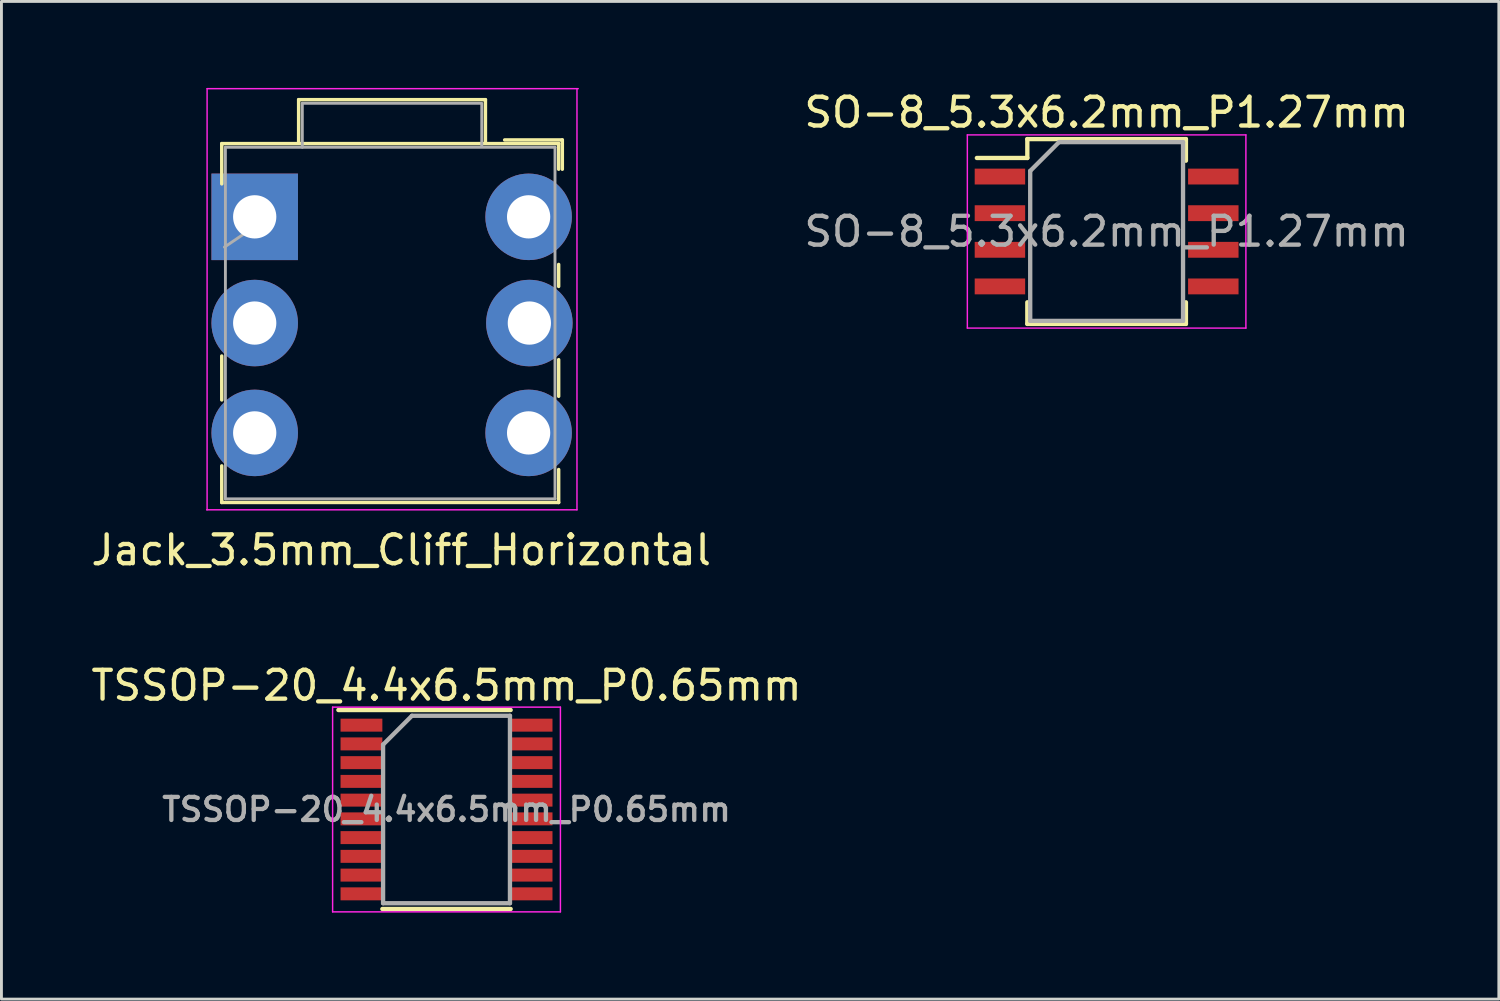
<source format=kicad_pcb>
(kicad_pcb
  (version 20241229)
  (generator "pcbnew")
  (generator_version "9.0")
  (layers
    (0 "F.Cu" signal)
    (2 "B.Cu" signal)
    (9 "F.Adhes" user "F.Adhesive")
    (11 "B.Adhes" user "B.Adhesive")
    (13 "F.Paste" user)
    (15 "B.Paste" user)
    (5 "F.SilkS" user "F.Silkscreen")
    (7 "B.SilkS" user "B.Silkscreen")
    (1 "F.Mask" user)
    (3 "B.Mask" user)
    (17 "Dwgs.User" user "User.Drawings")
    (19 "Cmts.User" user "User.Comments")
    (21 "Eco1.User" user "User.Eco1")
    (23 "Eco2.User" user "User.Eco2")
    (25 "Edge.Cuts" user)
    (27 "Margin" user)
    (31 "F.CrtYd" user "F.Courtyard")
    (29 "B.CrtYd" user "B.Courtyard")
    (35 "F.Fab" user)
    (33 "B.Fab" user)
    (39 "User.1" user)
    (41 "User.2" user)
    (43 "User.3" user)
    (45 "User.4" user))
  (footprint "TSSOP-20_4.4x6.5mm_P0.65mm"
    (layer "F.Cu")
    (at 12.435 25.023)
    (property "Reference" "TSSOP-20_4.4x6.5mm_P0.65mm" (at 0 -4.3 180) (layer "F.SilkS") (effects (font (size 1 1) (thickness 0.15))))
    (attr smd)
    (fp_line (start -3.75 -3.45) (end 2.225 -3.45) (stroke (width 0.15) (type solid)) (layer "F.SilkS"))
    (fp_line (start -2.225 3.45) (end 2.225 3.45) (stroke (width 0.15) (type solid)) (layer "F.SilkS"))
    (fp_line (start -3.95 -3.55) (end -3.95 3.55) (stroke (width 0.05) (type solid)) (layer "F.CrtYd"))
    (fp_line (start -3.95 -3.55) (end 3.95 -3.55) (stroke (width 0.05) (type solid)) (layer "F.CrtYd"))
    (fp_line (start -3.95 3.55) (end 3.95 3.55) (stroke (width 0.05) (type solid)) (layer "F.CrtYd"))
    (fp_line (start 3.95 -3.55) (end 3.95 3.55) (stroke (width 0.05) (type solid)) (layer "F.CrtYd"))
    (fp_line (start -2.2 -2.25) (end -1.2 -3.25) (stroke (width 0.15) (type solid)) (layer "F.Fab"))
    (fp_line (start -2.2 3.25) (end -2.2 -2.25) (stroke (width 0.15) (type solid)) (layer "F.Fab"))
    (fp_line (start -1.2 -3.25) (end 2.2 -3.25) (stroke (width 0.15) (type solid)) (layer "F.Fab"))
    (fp_line (start 2.2 -3.25) (end 2.2 3.25) (stroke (width 0.15) (type solid)) (layer "F.Fab"))
    (fp_line (start 2.2 3.25) (end -2.2 3.25) (stroke (width 0.15) (type solid)) (layer "F.Fab"))
    (fp_text user "${REFERENCE}" (at 0 0 180) (layer "F.Fab") (effects (font (size 0.8 0.8) (thickness 0.15))))
    (pad "1" smd rect (at -2.95 -2.925) (size 1.45 0.45) (layers "F.Cu" "F.Mask" "F.Paste"))
    (pad "2" smd rect (at -2.95 -2.275) (size 1.45 0.45) (layers "F.Cu" "F.Mask" "F.Paste"))
    (pad "3" smd rect (at -2.95 -1.625) (size 1.45 0.45) (layers "F.Cu" "F.Mask" "F.Paste"))
    (pad "4" smd rect (at -2.95 -0.975) (size 1.45 0.45) (layers "F.Cu" "F.Mask" "F.Paste"))
    (pad "5" smd rect (at -2.95 -0.325) (size 1.45 0.45) (layers "F.Cu" "F.Mask" "F.Paste"))
    (pad "6" smd rect (at -2.95 0.325) (size 1.45 0.45) (layers "F.Cu" "F.Mask" "F.Paste"))
    (pad "7" smd rect (at -2.95 0.975) (size 1.45 0.45) (layers "F.Cu" "F.Mask" "F.Paste"))
    (pad "8" smd rect (at -2.95 1.625) (size 1.45 0.45) (layers "F.Cu" "F.Mask" "F.Paste"))
    (pad "9" smd rect (at -2.95 2.275) (size 1.45 0.45) (layers "F.Cu" "F.Mask" "F.Paste"))
    (pad "10" smd rect (at -2.95 2.925) (size 1.45 0.45) (layers "F.Cu" "F.Mask" "F.Paste"))
    (pad "11" smd rect (at 2.95 2.925) (size 1.45 0.45) (layers "F.Cu" "F.Mask" "F.Paste"))
    (pad "12" smd rect (at 2.95 2.275) (size 1.45 0.45) (layers "F.Cu" "F.Mask" "F.Paste"))
    (pad "13" smd rect (at 2.95 1.625) (size 1.45 0.45) (layers "F.Cu" "F.Mask" "F.Paste"))
    (pad "14" smd rect (at 2.95 0.975) (size 1.45 0.45) (layers "F.Cu" "F.Mask" "F.Paste"))
    (pad "15" smd rect (at 2.95 0.325) (size 1.45 0.45) (layers "F.Cu" "F.Mask" "F.Paste"))
    (pad "16" smd rect (at 2.95 -0.325) (size 1.45 0.45) (layers "F.Cu" "F.Mask" "F.Paste"))
    (pad "17" smd rect (at 2.95 -0.975) (size 1.45 0.45) (layers "F.Cu" "F.Mask" "F.Paste"))
    (pad "18" smd rect (at 2.95 -1.625) (size 1.45 0.45) (layers "F.Cu" "F.Mask" "F.Paste"))
    (pad "19" smd rect (at 2.95 -2.275) (size 1.45 0.45) (layers "F.Cu" "F.Mask" "F.Paste"))
    (pad "20" smd rect (at 2.95 -2.925) (size 1.45 0.45) (layers "F.Cu" "F.Mask" "F.Paste")))
  (footprint "Jack_3.5mm_Cliff_Horizontal"
    (layer "F.Cu")
    (at 15.308 4.343)
    (property "Reference" "Jack_3.5mm_Cliff_Horizontal" (at -4.445 11.684 0) (layer "F.SilkS") (effects (font (size 1 1) (thickness 0.15))))
    (attr through_hole)
    (fp_line (start -10.668 -2.413) (end 1.016 -2.413) (stroke (width 0.12) (type solid)) (layer "F.SilkS"))
    (fp_line (start -10.668 -1.016) (end -10.668 -2.413) (stroke (width 0.12) (type solid)) (layer "F.SilkS"))
    (fp_line (start -10.668 6.477) (end -10.668 4.953) (stroke (width 0.12) (type solid)) (layer "F.SilkS"))
    (fp_line (start -10.668 10.033) (end -10.668 8.763) (stroke (width 0.12) (type solid)) (layer "F.SilkS"))
    (fp_line (start -10.668 10.033) (end 1.016 10.033) (stroke (width 0.12) (type solid)) (layer "F.SilkS"))
    (fp_line (start -8.001 -3.937) (end -8.001 -2.461) (stroke (width 0.12) (type solid)) (layer "F.SilkS"))
    (fp_line (start -8.001 -3.937) (end -1.524 -3.937) (stroke (width 0.12) (type solid)) (layer "F.SilkS"))
    (fp_line (start -1.524 -3.937) (end -1.524 -2.461) (stroke (width 0.12) (type solid)) (layer "F.SilkS"))
    (fp_line (start 1.016 -2.413) (end 1.016 -1.524) (stroke (width 0.12) (type solid)) (layer "F.SilkS"))
    (fp_line (start 1.016 1.778) (end 1.016 2.54) (stroke (width 0.12) (type solid)) (layer "F.SilkS"))
    (fp_line (start 1.016 5.08) (end 1.016 6.35) (stroke (width 0.12) (type solid)) (layer "F.SilkS"))
    (fp_line (start 1.016 10.033) (end 1.016 8.89) (stroke (width 0.12) (type solid)) (layer "F.SilkS"))
    (fp_line (start 1.143 -2.54) (end -0.857 -2.54) (stroke (width 0.12) (type solid)) (layer "F.SilkS"))
    (fp_line (start 1.143 -2.54) (end 1.143 -1.524) (stroke (width 0.12) (type solid)) (layer "F.SilkS"))
    (fp_line (start -11.191 10.287) (end 1.651 10.287) (stroke (width 0.05) (type solid)) (layer "F.CrtYd"))
    (fp_line (start -11.176 -4.318) (end -11.176 10.287) (stroke (width 0.05) (type solid)) (layer "F.CrtYd"))
    (fp_line (start -11.176 -4.318) (end 1.694 -4.318) (stroke (width 0.05) (type solid)) (layer "F.CrtYd"))
    (fp_line (start 1.651 10.287) (end 1.651 -4.318) (stroke (width 0.05) (type solid)) (layer "F.CrtYd"))
    (fp_line (start -10.541 -2.286) (end 0.889 -2.286) (stroke (width 0.1) (type solid)) (layer "F.Fab"))
    (fp_line (start -10.541 9.906) (end -10.541 -2.286) (stroke (width 0.1) (type solid)) (layer "F.Fab"))
    (fp_line (start -9.025 0.127) (end -10.575 1.177) (stroke (width 0.1) (type solid)) (layer "F.Fab"))
    (fp_line (start -7.874 -3.81) (end -1.708 -3.81) (stroke (width 0.1) (type solid)) (layer "F.Fab"))
    (fp_line (start -7.874 -2.286) (end -7.874 -3.81) (stroke (width 0.1) (type solid)) (layer "F.Fab"))
    (fp_line (start -1.651 -3.81) (end -1.651 -2.334) (stroke (width 0.1) (type solid)) (layer "F.Fab"))
    (fp_line (start 0.889 -2.286) (end 0.889 9.906) (stroke (width 0.1) (type solid)) (layer "F.Fab"))
    (fp_line (start 0.889 9.906) (end -10.541 9.906) (stroke (width 0.1) (type solid)) (layer "F.Fab"))
    (pad "1" thru_hole rect (at -9.525 0.127) (size 3 3) (drill 1.5) (layers "*.Cu" "*.Mask"))
    (pad "2" thru_hole circle (at -0.026 0.127) (size 3 3) (drill 1.5) (layers "*.Cu" "*.Mask"))
    (pad "3" thru_hole circle (at -9.525 3.81) (size 3 3) (drill 1.5) (layers "*.Cu" "*.Mask"))
    (pad "4" thru_hole circle (at 0 3.81) (size 3 3) (drill 1.5) (layers "*.Cu" "*.Mask"))
    (pad "5" thru_hole circle (at -9.525 7.62) (size 3 3) (drill 1.5) (layers "*.Cu" "*.Mask"))
    (pad "6" thru_hole circle (at -0.026 7.62) (size 3 3) (drill 1.5) (layers "*.Cu" "*.Mask")))
  (footprint "SO-8_5.3x6.2mm_P1.27mm"
    (layer "F.Cu")
    (at 35.327 4.978)
    (property "Reference" "SO-8_5.3x6.2mm_P1.27mm" (at 0 -4.13 0) (layer "F.SilkS") (effects (font (size 1 1) (thickness 0.15))))
    (attr smd)
    (fp_line (start -2.75 -3.205) (end -2.75 -2.55) (stroke (width 0.15) (type solid)) (layer "F.SilkS"))
    (fp_line (start -2.75 -3.205) (end 2.75 -3.205) (stroke (width 0.15) (type solid)) (layer "F.SilkS"))
    (fp_line (start -2.75 -2.55) (end -4.5 -2.55) (stroke (width 0.15) (type solid)) (layer "F.SilkS"))
    (fp_line (start -2.75 3.205) (end -2.75 2.455) (stroke (width 0.15) (type solid)) (layer "F.SilkS"))
    (fp_line (start -2.75 3.205) (end 2.75 3.205) (stroke (width 0.15) (type solid)) (layer "F.SilkS"))
    (fp_line (start 2.75 -3.205) (end 2.75 -2.455) (stroke (width 0.15) (type solid)) (layer "F.SilkS"))
    (fp_line (start 2.75 3.205) (end 2.75 2.455) (stroke (width 0.15) (type solid)) (layer "F.SilkS"))
    (fp_line (start -4.83 -3.35) (end -4.83 3.35) (stroke (width 0.05) (type solid)) (layer "F.CrtYd"))
    (fp_line (start -4.83 -3.35) (end 4.83 -3.35) (stroke (width 0.05) (type solid)) (layer "F.CrtYd"))
    (fp_line (start -4.83 3.35) (end 4.83 3.35) (stroke (width 0.05) (type solid)) (layer "F.CrtYd"))
    (fp_line (start 4.83 -3.35) (end 4.83 3.35) (stroke (width 0.05) (type solid)) (layer "F.CrtYd"))
    (fp_line (start -2.65 -2.1) (end -1.65 -3.1) (stroke (width 0.15) (type solid)) (layer "F.Fab"))
    (fp_line (start -2.65 3.1) (end -2.65 -2.1) (stroke (width 0.15) (type solid)) (layer "F.Fab"))
    (fp_line (start -1.65 -3.1) (end 2.65 -3.1) (stroke (width 0.15) (type solid)) (layer "F.Fab"))
    (fp_line (start 2.65 -3.1) (end 2.65 3.1) (stroke (width 0.15) (type solid)) (layer "F.Fab"))
    (fp_line (start 2.65 3.1) (end -2.65 3.1) (stroke (width 0.15) (type solid)) (layer "F.Fab"))
    (fp_text user "${REFERENCE}" (at 0 0 0) (layer "F.Fab") (effects (font (size 1 1) (thickness 0.15))))
    (pad "1" smd rect (at -3.7 -1.905) (size 1.75 0.55) (layers "F.Cu" "F.Mask" "F.Paste"))
    (pad "2" smd rect (at -3.7 -0.635) (size 1.75 0.55) (layers "F.Cu" "F.Mask" "F.Paste"))
    (pad "3" smd rect (at -3.7 0.635) (size 1.75 0.55) (layers "F.Cu" "F.Mask" "F.Paste"))
    (pad "4" smd rect (at -3.7 1.905) (size 1.75 0.55) (layers "F.Cu" "F.Mask" "F.Paste"))
    (pad "5" smd rect (at 3.7 1.905) (size 1.75 0.55) (layers "F.Cu" "F.Mask" "F.Paste"))
    (pad "6" smd rect (at 3.7 0.635) (size 1.75 0.55) (layers "F.Cu" "F.Mask" "F.Paste"))
    (pad "7" smd rect (at 3.7 -0.635) (size 1.75 0.55) (layers "F.Cu" "F.Mask" "F.Paste"))
    (pad "8" smd rect (at 3.7 -1.905) (size 1.75 0.55) (layers "F.Cu" "F.Mask" "F.Paste")))
  (gr_rect
    (start -3 -3)
    (end 48.929 31.599)
    (stroke (width 0.1) (type default))
    (fill no)
    (layer "Edge.Cuts")))
</source>
